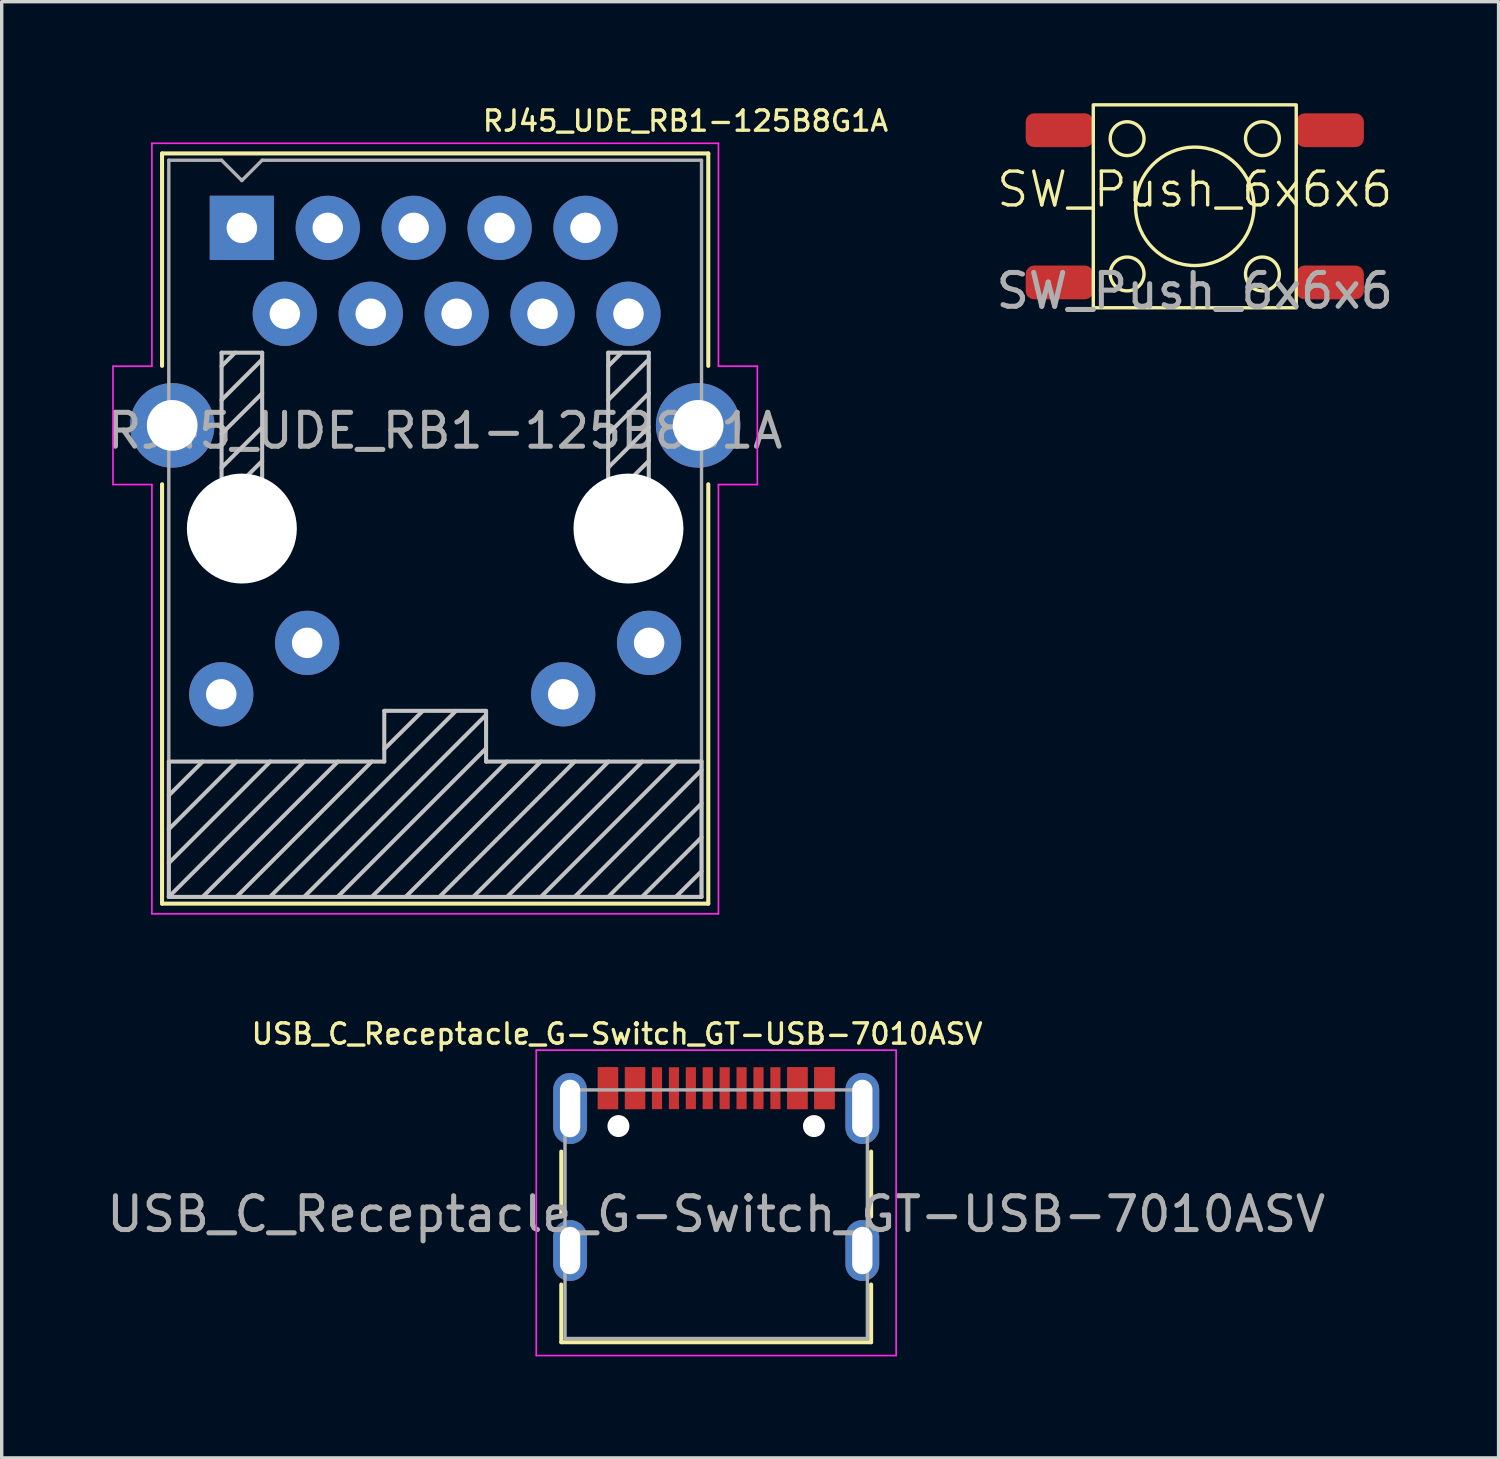
<source format=kicad_pcb>
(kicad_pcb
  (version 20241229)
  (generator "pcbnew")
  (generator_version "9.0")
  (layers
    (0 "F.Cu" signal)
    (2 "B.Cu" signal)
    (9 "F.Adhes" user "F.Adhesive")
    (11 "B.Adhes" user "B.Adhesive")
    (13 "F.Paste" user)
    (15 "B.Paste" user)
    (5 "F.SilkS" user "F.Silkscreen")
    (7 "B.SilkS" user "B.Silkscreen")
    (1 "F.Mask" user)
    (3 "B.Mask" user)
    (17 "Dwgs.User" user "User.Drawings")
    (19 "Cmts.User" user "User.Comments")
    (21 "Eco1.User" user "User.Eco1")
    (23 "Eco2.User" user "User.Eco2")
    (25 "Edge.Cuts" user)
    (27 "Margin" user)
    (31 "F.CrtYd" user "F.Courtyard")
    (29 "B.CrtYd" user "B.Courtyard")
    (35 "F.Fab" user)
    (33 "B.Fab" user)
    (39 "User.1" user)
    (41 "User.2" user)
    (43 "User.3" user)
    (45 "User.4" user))
  (footprint "USB_C_Receptacle_G-Switch_GT-USB-7010ASV"
    (layer "F.Cu")
    (at 18.125 32.848)
    (property "Reference" "USB_C_Receptacle_G-Switch_GT-USB-7010ASV" (at -2.93 -5.33 0) (layer "F.SilkS") (effects (font (size 0.6 0.6) (thickness 0.1))))
    (attr smd)
    (fp_line (start -4.58 -1.85) (end -4.58 0.07) (stroke (width 0.12) (type solid)) (layer "F.SilkS"))
    (fp_line (start -4.58 3.785) (end -4.58 2.08) (stroke (width 0.12) (type solid)) (layer "F.SilkS"))
    (fp_line (start 4.58 0.07) (end 4.58 -1.85) (stroke (width 0.12) (type solid)) (layer "F.SilkS"))
    (fp_line (start 4.58 2.08) (end 4.58 3.785) (stroke (width 0.12) (type solid)) (layer "F.SilkS"))
    (fp_line (start 4.58 3.785) (end -4.58 3.785) (stroke (width 0.12) (type solid)) (layer "F.SilkS"))
    (fp_line (start -5.32 -4.85) (end 5.32 -4.85) (stroke (width 0.05) (type solid)) (layer "F.CrtYd"))
    (fp_line (start -5.32 4.18) (end -5.32 -4.85) (stroke (width 0.05) (type solid)) (layer "F.CrtYd"))
    (fp_line (start 5.32 -4.85) (end 5.32 4.18) (stroke (width 0.05) (type solid)) (layer "F.CrtYd"))
    (fp_line (start 5.32 4.18) (end -5.32 4.18) (stroke (width 0.05) (type solid)) (layer "F.CrtYd"))
    (fp_line (start -4.47 -3.675) (end -4.47 3.675) (stroke (width 0.1) (type solid)) (layer "F.Fab"))
    (fp_line (start -4.47 -3.675) (end 4.47 -3.675) (stroke (width 0.1) (type solid)) (layer "F.Fab"))
    (fp_line (start -4.47 3.675) (end 4.47 3.675) (stroke (width 0.1) (type solid)) (layer "F.Fab"))
    (fp_line (start 4.47 3.675) (end 4.47 -3.675) (stroke (width 0.1) (type solid)) (layer "F.Fab"))
    (fp_text user "${REFERENCE}" (at 0 0 0) (layer "F.Fab") (effects (font (size 1 1) (thickness 0.15))))
    (pad "" np_thru_hole circle (at -2.89 -2.605) (size 0.65 0.65) (drill 0.65) (layers "*.Cu" "*.Mask"))
    (pad "" np_thru_hole circle (at 2.89 -2.605) (size 0.65 0.65) (drill 0.65) (layers "*.Cu" "*.Mask"))
    (pad "A1" smd rect (at -3.2 -3.725) (size 0.6 1.24) (layers "F.Cu" "F.Mask" "F.Paste"))
    (pad "A4" smd rect (at -2.4 -3.725) (size 0.6 1.24) (layers "F.Cu" "F.Mask" "F.Paste"))
    (pad "A5" smd rect (at -1.25 -3.725) (size 0.3 1.24) (layers "F.Cu" "F.Mask" "F.Paste"))
    (pad "A6" smd rect (at -0.25 -3.725) (size 0.3 1.24) (layers "F.Cu" "F.Mask" "F.Paste"))
    (pad "A7" smd rect (at 0.25 -3.725) (size 0.3 1.24) (layers "F.Cu" "F.Mask" "F.Paste"))
    (pad "A8" smd rect (at 1.25 -3.725) (size 0.3 1.24) (layers "F.Cu" "F.Mask" "F.Paste"))
    (pad "A9" smd rect (at 2.4 -3.725) (size 0.6 1.24) (layers "F.Cu" "F.Mask" "F.Paste"))
    (pad "A12" smd rect (at 3.2 -3.725) (size 0.6 1.24) (layers "F.Cu" "F.Mask" "F.Paste"))
    (pad "B1" smd rect (at 3.2 -3.725) (size 0.6 1.24) (layers "F.Cu" "F.Mask" "F.Paste"))
    (pad "B4" smd rect (at 2.4 -3.725) (size 0.6 1.24) (layers "F.Cu" "F.Mask" "F.Paste"))
    (pad "B5" smd rect (at 1.75 -3.725) (size 0.3 1.24) (layers "F.Cu" "F.Mask" "F.Paste"))
    (pad "B6" smd rect (at 0.75 -3.725) (size 0.3 1.24) (layers "F.Cu" "F.Mask" "F.Paste"))
    (pad "B7" smd rect (at -0.75 -3.725) (size 0.3 1.24) (layers "F.Cu" "F.Mask" "F.Paste"))
    (pad "B8" smd rect (at -1.75 -3.725) (size 0.3 1.24) (layers "F.Cu" "F.Mask" "F.Paste"))
    (pad "B9" smd rect (at -2.4 -3.725) (size 0.6 1.24) (layers "F.Cu" "F.Mask" "F.Paste"))
    (pad "B12" smd rect (at -3.2 -3.725) (size 0.6 1.24) (layers "F.Cu" "F.Mask" "F.Paste"))
    (pad "S1" thru_hole oval (at -4.32 -3.125) (size 1 2.1) (drill oval 0.6 1.7) (layers "*.Cu" "*.Mask"))
    (pad "S1" thru_hole oval (at -4.32 1.075) (size 1 1.8) (drill oval 0.6 1.4) (layers "*.Cu" "*.Mask"))
    (pad "S1" thru_hole oval (at 4.32 -3.125) (size 1 2.1) (drill oval 0.6 1.7) (layers "*.Cu" "*.Mask"))
    (pad "S1" thru_hole oval (at 4.32 1.075) (size 1 1.8) (drill oval 0.6 1.4) (layers "*.Cu" "*.Mask")))
  (footprint "RJ45_UDE_RB1-125B8G1A"
    (layer "F.Cu")
    (at 4.101 3.687)
    (property "Reference" "RJ45_UDE_RB1-125B8G1A" (at 13.115 -3.16 0) (layer "F.SilkS") (effects (font (size 0.6 0.6) (thickness 0.1))))
    (attr through_hole)
    (fp_line (start -2.36 -2.2) (end 13.79 -2.2) (stroke (width 0.12) (type solid)) (layer "F.SilkS"))
    (fp_line (start -2.36 4.08) (end -2.36 -2.2) (stroke (width 0.12) (type solid)) (layer "F.SilkS"))
    (fp_line (start -2.36 19.98) (end -2.36 7.58) (stroke (width 0.12) (type solid)) (layer "F.SilkS"))
    (fp_line (start 13.79 4.08) (end 13.79 -2.2) (stroke (width 0.12) (type solid)) (layer "F.SilkS"))
    (fp_line (start 13.79 19.98) (end -2.36 19.98) (stroke (width 0.12) (type solid)) (layer "F.SilkS"))
    (fp_line (start 13.79 19.98) (end 13.79 7.58) (stroke (width 0.12) (type solid)) (layer "F.SilkS"))
    (fp_line (start -2.16 15.78) (end 4.21 15.78) (stroke (width 0.12) (type solid)) (layer "Dwgs.User"))
    (fp_line (start -2.16 16.78) (end -1.16 15.78) (stroke (width 0.12) (type solid)) (layer "Dwgs.User"))
    (fp_line (start -2.16 17.78) (end -0.16 15.78) (stroke (width 0.12) (type solid)) (layer "Dwgs.User"))
    (fp_line (start -2.16 18.78) (end 0.84 15.78) (stroke (width 0.12) (type solid)) (layer "Dwgs.User"))
    (fp_line (start -2.16 19.78) (end -2.16 15.78) (stroke (width 0.12) (type solid)) (layer "Dwgs.User"))
    (fp_line (start -2.16 19.78) (end 1.84 15.78) (stroke (width 0.12) (type solid)) (layer "Dwgs.User"))
    (fp_line (start -1.16 19.78) (end 2.84 15.78) (stroke (width 0.12) (type solid)) (layer "Dwgs.User"))
    (fp_line (start -0.6 3.69) (end -0.6 9.09) (stroke (width 0.12) (type solid)) (layer "Dwgs.User"))
    (fp_line (start -0.6 4.09) (end -0.2 3.69) (stroke (width 0.12) (type solid)) (layer "Dwgs.User"))
    (fp_line (start -0.6 5.09) (end 0.6 3.89) (stroke (width 0.12) (type solid)) (layer "Dwgs.User"))
    (fp_line (start -0.6 6.09) (end 0.6 4.89) (stroke (width 0.12) (type solid)) (layer "Dwgs.User"))
    (fp_line (start -0.6 7.09) (end 0.6 5.89) (stroke (width 0.12) (type solid)) (layer "Dwgs.User"))
    (fp_line (start -0.6 8.09) (end 0.6 6.89) (stroke (width 0.12) (type solid)) (layer "Dwgs.User"))
    (fp_line (start -0.6 9.09) (end 0.6 7.89) (stroke (width 0.12) (type solid)) (layer "Dwgs.User"))
    (fp_line (start -0.6 9.09) (end 0.6 9.09) (stroke (width 0.12) (type solid)) (layer "Dwgs.User"))
    (fp_line (start -0.16 19.78) (end 3.84 15.78) (stroke (width 0.12) (type solid)) (layer "Dwgs.User"))
    (fp_line (start 0.6 3.69) (end -0.6 3.69) (stroke (width 0.12) (type solid)) (layer "Dwgs.User"))
    (fp_line (start 0.6 9.09) (end 0.6 3.69) (stroke (width 0.12) (type solid)) (layer "Dwgs.User"))
    (fp_line (start 0.84 19.77) (end 6.33 14.28) (stroke (width 0.12) (type solid)) (layer "Dwgs.User"))
    (fp_line (start 1.84 19.78) (end 7.22 14.4) (stroke (width 0.12) (type solid)) (layer "Dwgs.User"))
    (fp_line (start 2.84 19.77) (end 7.22 15.39) (stroke (width 0.12) (type solid)) (layer "Dwgs.User"))
    (fp_line (start 3.84 19.78) (end 7.84 15.78) (stroke (width 0.12) (type solid)) (layer "Dwgs.User"))
    (fp_line (start 4.21 14.28) (end 7.22 14.28) (stroke (width 0.12) (type solid)) (layer "Dwgs.User"))
    (fp_line (start 4.21 15.41) (end 5.34 14.29) (stroke (width 0.12) (type solid)) (layer "Dwgs.User"))
    (fp_line (start 4.21 15.78) (end 4.21 14.28) (stroke (width 0.12) (type solid)) (layer "Dwgs.User"))
    (fp_line (start 4.84 19.78) (end 8.84 15.78) (stroke (width 0.12) (type solid)) (layer "Dwgs.User"))
    (fp_line (start 5.84 19.78) (end 9.84 15.78) (stroke (width 0.12) (type solid)) (layer "Dwgs.User"))
    (fp_line (start 6.84 19.78) (end 10.84 15.78) (stroke (width 0.12) (type solid)) (layer "Dwgs.User"))
    (fp_line (start 7.22 14.28) (end 7.22 15.78) (stroke (width 0.12) (type solid)) (layer "Dwgs.User"))
    (fp_line (start 7.22 15.78) (end 13.59 15.78) (stroke (width 0.12) (type solid)) (layer "Dwgs.User"))
    (fp_line (start 7.84 19.78) (end 11.84 15.78) (stroke (width 0.12) (type solid)) (layer "Dwgs.User"))
    (fp_line (start 8.84 19.78) (end 12.84 15.78) (stroke (width 0.12) (type solid)) (layer "Dwgs.User"))
    (fp_line (start 9.84 19.78) (end 13.59 16.03) (stroke (width 0.12) (type solid)) (layer "Dwgs.User"))
    (fp_line (start 10.83 3.69) (end 10.83 9.09) (stroke (width 0.12) (type solid)) (layer "Dwgs.User"))
    (fp_line (start 10.83 4.09) (end 11.23 3.69) (stroke (width 0.12) (type solid)) (layer "Dwgs.User"))
    (fp_line (start 10.83 5.09) (end 12.03 3.89) (stroke (width 0.12) (type solid)) (layer "Dwgs.User"))
    (fp_line (start 10.83 6.09) (end 12.03 4.89) (stroke (width 0.12) (type solid)) (layer "Dwgs.User"))
    (fp_line (start 10.83 7.09) (end 12.03 5.89) (stroke (width 0.12) (type solid)) (layer "Dwgs.User"))
    (fp_line (start 10.83 8.09) (end 12.03 6.89) (stroke (width 0.12) (type solid)) (layer "Dwgs.User"))
    (fp_line (start 10.83 9.09) (end 12.03 7.89) (stroke (width 0.12) (type solid)) (layer "Dwgs.User"))
    (fp_line (start 10.83 9.09) (end 12.03 9.09) (stroke (width 0.12) (type solid)) (layer "Dwgs.User"))
    (fp_line (start 10.84 19.77) (end 13.59 17.02) (stroke (width 0.12) (type solid)) (layer "Dwgs.User"))
    (fp_line (start 11.84 19.77) (end 13.59 18.02) (stroke (width 0.12) (type solid)) (layer "Dwgs.User"))
    (fp_line (start 12.03 3.69) (end 10.83 3.69) (stroke (width 0.12) (type solid)) (layer "Dwgs.User"))
    (fp_line (start 12.03 9.09) (end 12.03 3.69) (stroke (width 0.12) (type solid)) (layer "Dwgs.User"))
    (fp_line (start 12.84 19.77) (end 13.59 19.02) (stroke (width 0.12) (type solid)) (layer "Dwgs.User"))
    (fp_line (start 13.59 15.78) (end 13.59 19.78) (stroke (width 0.12) (type solid)) (layer "Dwgs.User"))
    (fp_line (start 13.59 19.78) (end -2.16 19.78) (stroke (width 0.12) (type solid)) (layer "Dwgs.User"))
    (fp_line (start -3.81 4.09) (end -3.81 7.59) (stroke (width 0.05) (type solid)) (layer "F.CrtYd"))
    (fp_line (start -3.81 7.59) (end -2.66 7.59) (stroke (width 0.05) (type solid)) (layer "F.CrtYd"))
    (fp_line (start -2.66 -2.5) (end 14.09 -2.5) (stroke (width 0.05) (type solid)) (layer "F.CrtYd"))
    (fp_line (start -2.66 4.09) (end -3.81 4.09) (stroke (width 0.05) (type solid)) (layer "F.CrtYd"))
    (fp_line (start -2.66 4.09) (end -2.66 -2.5) (stroke (width 0.05) (type solid)) (layer "F.CrtYd"))
    (fp_line (start -2.66 7.59) (end -2.66 20.28) (stroke (width 0.05) (type solid)) (layer "F.CrtYd"))
    (fp_line (start 14.09 -2.5) (end 14.09 4.09) (stroke (width 0.05) (type solid)) (layer "F.CrtYd"))
    (fp_line (start 14.09 4.09) (end 15.24 4.09) (stroke (width 0.05) (type solid)) (layer "F.CrtYd"))
    (fp_line (start 14.09 7.59) (end 14.09 20.28) (stroke (width 0.05) (type solid)) (layer "F.CrtYd"))
    (fp_line (start 14.09 20.28) (end -2.66 20.28) (stroke (width 0.05) (type solid)) (layer "F.CrtYd"))
    (fp_line (start 15.24 4.09) (end 15.24 7.59) (stroke (width 0.05) (type solid)) (layer "F.CrtYd"))
    (fp_line (start 15.24 7.59) (end 14.09 7.59) (stroke (width 0.05) (type solid)) (layer "F.CrtYd"))
    (fp_line (start -2.16 19.78) (end -2.16 -2) (stroke (width 0.1) (type solid)) (layer "F.Fab"))
    (fp_line (start -0.6 -2) (end -2.16 -2) (stroke (width 0.1) (type solid)) (layer "F.Fab"))
    (fp_line (start 0 -1.4) (end -0.6 -2) (stroke (width 0.1) (type solid)) (layer "F.Fab"))
    (fp_line (start 0 -1.4) (end 0.6 -2) (stroke (width 0.1) (type solid)) (layer "F.Fab"))
    (fp_line (start 0.6 -2) (end 13.59 -2) (stroke (width 0.1) (type solid)) (layer "F.Fab"))
    (fp_line (start 13.59 -2) (end 13.59 19.78) (stroke (width 0.1) (type solid)) (layer "F.Fab"))
    (fp_line (start 13.59 19.78) (end -2.16 19.78) (stroke (width 0.1) (type solid)) (layer "F.Fab"))
    (fp_text user "${REFERENCE}" (at 6 6 0) (layer "F.Fab") (effects (font (size 1 1) (thickness 0.15))))
    (pad "" np_thru_hole circle (at 0 8.89) (size 3.25 3.25) (drill 3.25) (layers "*.Cu" "*.Mask"))
    (pad "" np_thru_hole circle (at 11.43 8.89) (size 3.25 3.25) (drill 3.25) (layers "*.Cu" "*.Mask"))
    (pad "L1" thru_hole circle (at 12.04 12.27) (size 1.9 1.9) (drill 0.9) (layers "*.Cu" "*.Mask"))
    (pad "L2" thru_hole circle (at 9.5 13.79) (size 1.9 1.9) (drill 0.9) (layers "*.Cu" "*.Mask"))
    (pad "L3" thru_hole circle (at 1.93 12.27) (size 1.9 1.9) (drill 0.9) (layers "*.Cu" "*.Mask"))
    (pad "L4" thru_hole circle (at -0.61 13.79) (size 1.9 1.9) (drill 0.9) (layers "*.Cu" "*.Mask"))
    (pad "R1" thru_hole rect (at 0 0) (size 1.9 1.9) (drill 0.9) (layers "*.Cu" "*.Mask"))
    (pad "R2" thru_hole circle (at 1.27 2.54) (size 1.9 1.9) (drill 0.9) (layers "*.Cu" "*.Mask"))
    (pad "R3" thru_hole circle (at 2.54 0) (size 1.9 1.9) (drill 0.9) (layers "*.Cu" "*.Mask"))
    (pad "R4" thru_hole circle (at 3.81 2.54) (size 1.9 1.9) (drill 0.9) (layers "*.Cu" "*.Mask"))
    (pad "R5" thru_hole circle (at 5.08 0) (size 1.9 1.9) (drill 0.9) (layers "*.Cu" "*.Mask"))
    (pad "R6" thru_hole circle (at 6.35 2.54) (size 1.9 1.9) (drill 0.9) (layers "*.Cu" "*.Mask"))
    (pad "R7" thru_hole circle (at 7.62 0) (size 1.9 1.9) (drill 0.9) (layers "*.Cu" "*.Mask"))
    (pad "R8" thru_hole circle (at 8.89 2.54) (size 1.9 1.9) (drill 0.9) (layers "*.Cu" "*.Mask"))
    (pad "R9" thru_hole circle (at 10.16 0) (size 1.9 1.9) (drill 0.9) (layers "*.Cu" "*.Mask"))
    (pad "R10" thru_hole circle (at 11.43 2.54) (size 1.9 1.9) (drill 0.9) (layers "*.Cu" "*.Mask"))
    (pad "SH" thru_hole circle (at -2.06 5.84) (size 2.5 2.5) (drill 1.5) (layers "*.Cu" "*.Mask"))
    (pad "SH" thru_hole circle (at 13.49 5.84) (size 2.5 2.5) (drill 1.5) (layers "*.Cu" "*.Mask")))
  (footprint "SW_Push_6x6x6"
    (layer "F.Cu")
    (at 32.274 3.05)
    (property "Reference" "SW_Push_6x6x6" (at 0 -0.5 0) (unlocked yes) (layer "F.SilkS") (effects (font (size 1 1) (thickness 0.1))))
    (attr smd)
    (fp_rect (start -3 -3) (end 3 3) (stroke (width 0.1) (type default)) (fill no) (layer "F.SilkS"))
    (fp_circle (center -2 -2) (end -1.5 -2) (stroke (width 0.1) (type default)) (fill no) (layer "F.SilkS"))
    (fp_circle (center -2 2) (end -2 2.5) (stroke (width 0.1) (type default)) (fill no) (layer "F.SilkS"))
    (fp_circle (center 0 0) (end 1.75 0) (stroke (width 0.1) (type default)) (fill no) (layer "F.SilkS"))
    (fp_circle (center 2 -2) (end 2.5 -2) (stroke (width 0.1) (type default)) (fill no) (layer "F.SilkS"))
    (fp_circle (center 2 2) (end 2.5 2) (stroke (width 0.1) (type default)) (fill no) (layer "F.SilkS"))
    (fp_text user "${REFERENCE}" (at 0 2.5 0) (unlocked yes) (layer "F.Fab") (effects (font (size 1 1) (thickness 0.15))))
    (pad "1" smd roundrect (at -4 -2.25) (size 2 1) (layers "F.Cu" "F.Mask" "F.Paste") (roundrect_rratio 0.25))
    (pad "1" smd roundrect (at 4 -2.25) (size 2 1) (layers "F.Cu" "F.Mask" "F.Paste") (roundrect_rratio 0.25))
    (pad "2" smd roundrect (at -4 2.25) (size 2 1) (layers "F.Cu" "F.Mask" "F.Paste") (roundrect_rratio 0.25))
    (pad "2" smd roundrect (at 4 2.25) (size 2 1) (layers "F.Cu" "F.Mask" "F.Paste") (roundrect_rratio 0.25)))
  (gr_rect
    (start -3 -3)
    (end 41.256 40.053)
    (stroke (width 0.1) (type default))
    (fill no)
    (layer "Edge.Cuts")))
</source>
